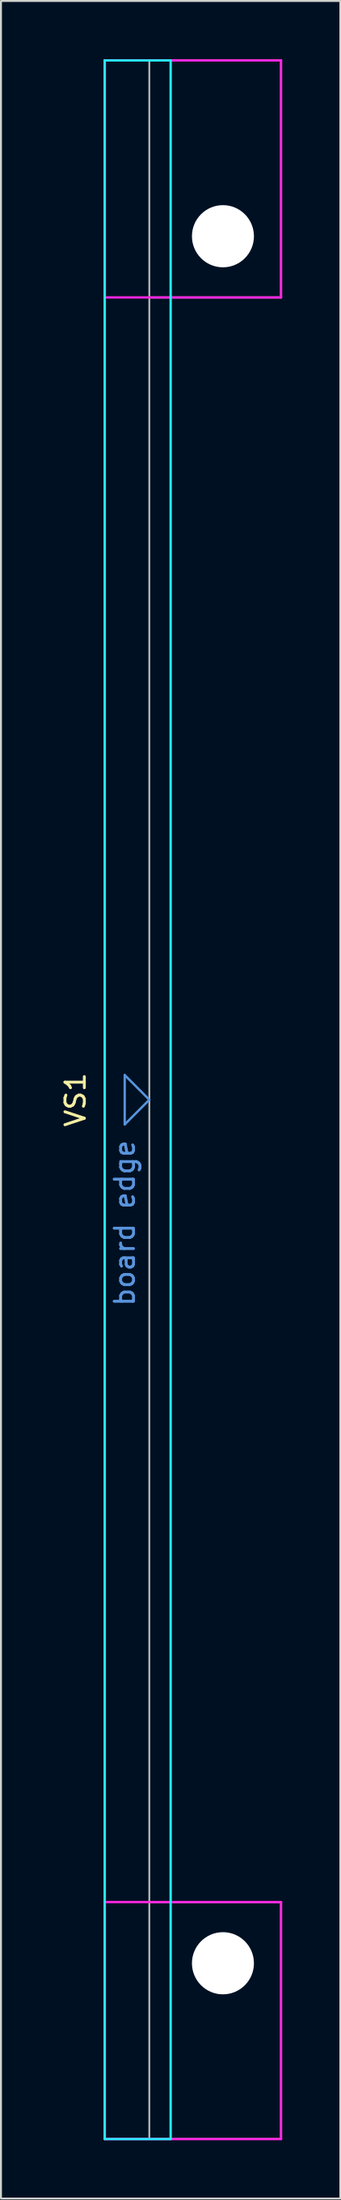
<source format=kicad_pcb>
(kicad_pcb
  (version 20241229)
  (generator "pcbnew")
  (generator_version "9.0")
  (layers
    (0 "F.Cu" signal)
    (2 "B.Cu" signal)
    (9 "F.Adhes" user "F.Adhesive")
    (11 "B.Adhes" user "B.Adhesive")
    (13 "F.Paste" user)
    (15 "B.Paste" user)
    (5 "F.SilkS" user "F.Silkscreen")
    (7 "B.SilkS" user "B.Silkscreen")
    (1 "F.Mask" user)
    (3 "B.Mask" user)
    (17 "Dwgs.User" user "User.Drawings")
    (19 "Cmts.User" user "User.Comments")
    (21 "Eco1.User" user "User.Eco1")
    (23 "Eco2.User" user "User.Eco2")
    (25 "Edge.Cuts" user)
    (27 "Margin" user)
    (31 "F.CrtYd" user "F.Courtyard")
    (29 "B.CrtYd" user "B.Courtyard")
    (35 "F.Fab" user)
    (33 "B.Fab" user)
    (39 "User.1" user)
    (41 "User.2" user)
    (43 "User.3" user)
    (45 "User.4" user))
  (footprint "VS1"
    (layer "F.Cu")
    (at 4.658 53.56)
    (property "Reference" "VS1" (at -3.81 0 90) (unlocked yes) (layer "F.SilkS") (effects (font (size 1 1) (thickness 0.15))))
    (fp_line (start -1.27 -1.27) (end -1.27 1.27) (stroke (width 0.12) (type solid)) (layer "Cmts.User"))
    (fp_line (start -1.27 1.27) (end 0 0) (stroke (width 0.12) (type solid)) (layer "Cmts.User"))
    (fp_line (start 0 0) (end -1.27 -1.27) (stroke (width 0.12) (type solid)) (layer "Cmts.User"))
    (fp_line (start -2.3 -53.5) (end -2.3 53.5) (stroke (width 0.12) (type solid)) (layer "B.CrtYd"))
    (fp_line (start -2.3 -53.5) (end 1.1 -53.5) (stroke (width 0.12) (type solid)) (layer "B.CrtYd"))
    (fp_line (start -2.3 53.5) (end 1.1 53.5) (stroke (width 0.12) (type solid)) (layer "B.CrtYd"))
    (fp_line (start 1.1 53.5) (end 1.1 -53.5) (stroke (width 0.12) (type solid)) (layer "B.CrtYd"))
    (fp_line (start -2.3 -53.5) (end 6.8 -53.5) (stroke (width 0.12) (type solid)) (layer "F.CrtYd"))
    (fp_line (start -2.3 -41.3) (end -2.3 -53.5) (stroke (width 0.12) (type solid)) (layer "F.CrtYd"))
    (fp_line (start -2.3 41.3) (end -2.3 53.5) (stroke (width 0.12) (type solid)) (layer "F.CrtYd"))
    (fp_line (start -2.3 41.3) (end 6.8 41.3) (stroke (width 0.12) (type solid)) (layer "F.CrtYd"))
    (fp_line (start 6.8 -53.5) (end 6.8 -41.3) (stroke (width 0.12) (type solid)) (layer "F.CrtYd"))
    (fp_line (start 6.8 -41.3) (end -2.3 -41.3) (stroke (width 0.12) (type solid)) (layer "F.CrtYd"))
    (fp_line (start 6.8 41.3) (end 6.8 53.5) (stroke (width 0.12) (type solid)) (layer "F.CrtYd"))
    (fp_line (start 6.8 53.5) (end -2.3 53.5) (stroke (width 0.12) (type solid)) (layer "F.CrtYd"))
    (fp_line (start -2.3 -53.5) (end 1.1 -53.5) (stroke (width 0.1) (type solid)) (layer "B.Fab"))
    (fp_line (start -2.3 53.5) (end -2.3 -53.5) (stroke (width 0.1) (type solid)) (layer "B.Fab"))
    (fp_line (start -2.3 53.5) (end 1.1 53.5) (stroke (width 0.1) (type solid)) (layer "B.Fab"))
    (fp_line (start 1.1 53.5) (end 1.1 -53.5) (stroke (width 0.1) (type solid)) (layer "B.Fab"))
    (fp_line (start -2.3 -53.5) (end 6.8 -53.5) (stroke (width 0.1) (type solid)) (layer "F.Fab"))
    (fp_line (start -2.3 53.5) (end -2.3 -53.5) (stroke (width 0.1) (type solid)) (layer "F.Fab"))
    (fp_line (start -2.3 53.5) (end 6.8 53.5) (stroke (width 0.1) (type solid)) (layer "F.Fab"))
    (fp_line (start 0 -41.3) (end 6.8 -41.3) (stroke (width 0.1) (type solid)) (layer "F.Fab"))
    (fp_line (start 0 41.3) (end 6.8 41.3) (stroke (width 0.1) (type solid)) (layer "F.Fab"))
    (fp_line (start 0 53.5) (end 0 -53.5) (stroke (width 0.1) (type solid)) (layer "F.Fab"))
    (fp_line (start 6.8 -53.5) (end 6.8 -41.3) (stroke (width 0.1) (type solid)) (layer "F.Fab"))
    (fp_line (start 6.8 41.3) (end 6.8 53.5) (stroke (width 0.1) (type solid)) (layer "F.Fab"))
    (fp_text user "board edge" (at -1.27 6.35 90) (unlocked yes) (layer "Cmts.User") (effects (font (size 1 1) (thickness 0.15))))
    (pad "" np_thru_hole circle (at 3.8 -44.45) (size 3.2 3.2) (drill 3.2) (layers "*.Cu" "*.Mask"))
    (pad "" np_thru_hole circle (at 3.8 44.45) (size 3.2 3.2) (drill 3.2) (layers "*.Cu" "*.Mask")))
  (gr_rect
    (start -3 -3)
    (end 14.518 110.12)
    (stroke (width 0.1) (type default))
    (fill no)
    (layer "Edge.Cuts")))
</source>
